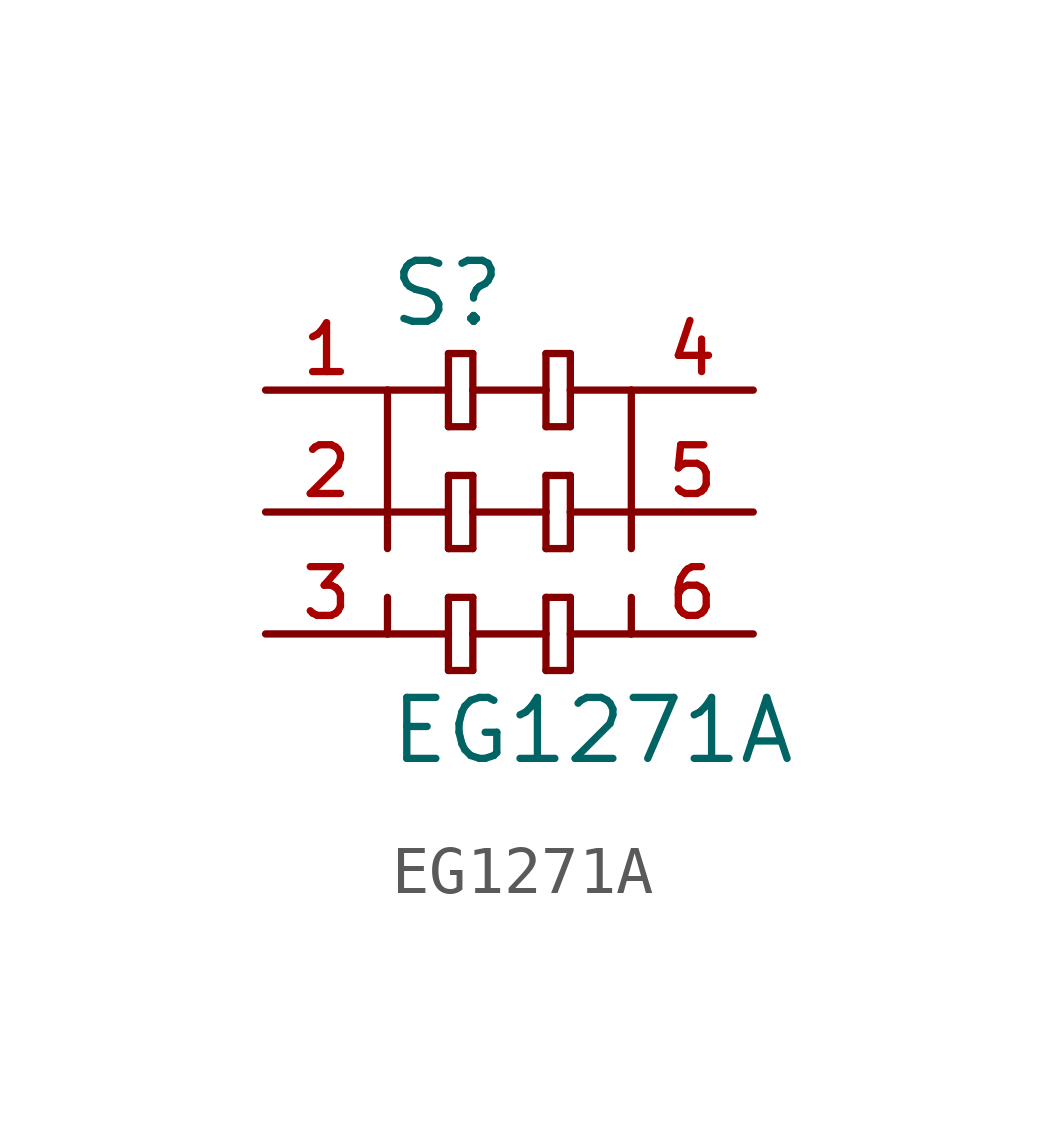
<source format=kicad_sym>
(kicad_symbol_lib
  (version 20211014)
  (generator kicad_symbol_editor)
  (symbol "EG1271A"
    (pin_names
      (offset 1.016))
    (property "Reference" "S"
      (at -2.54 3.81 0)
      (effects (font (size 1.27 1.27)) (justify bottom left)))
    (property "Value" "EG1271A"
      (at -2.54 -3.81 0)
      (effects (font (size 1.27 1.27)) (justify top left)))
    (symbol "EG1271A_0_0"
      (polyline (pts (xy -1.27 3.302) (xy -1.27 2.54)) (stroke (width 0.152)))
      (polyline (pts (xy -1.27 2.54) (xy -1.27 1.778)) (stroke (width 0.152)))
      (polyline (pts (xy -1.27 1.778) (xy -0.762 1.778)) (stroke (width 0.152)))
      (polyline (pts (xy -0.762 1.778) (xy -0.762 2.54)) (stroke (width 0.152)))
      (polyline (pts (xy -0.762 2.54) (xy -0.762 3.302)) (stroke (width 0.152)))
      (polyline (pts (xy -0.762 3.302) (xy -1.27 3.302)) (stroke (width 0.152)))
      (polyline (pts (xy 0.762 3.302) (xy 0.762 2.54)) (stroke (width 0.152)))
      (polyline (pts (xy 0.762 2.54) (xy 0.762 1.778)) (stroke (width 0.152)))
      (polyline (pts (xy 0.762 1.778) (xy 1.27 1.778)) (stroke (width 0.152)))
      (polyline (pts (xy 1.27 1.778) (xy 1.27 2.54)) (stroke (width 0.152)))
      (polyline (pts (xy 1.27 2.54) (xy 1.27 3.302)) (stroke (width 0.152)))
      (polyline (pts (xy 1.27 3.302) (xy 0.762 3.302)) (stroke (width 0.152)))
      (polyline (pts (xy -0.762 2.54) (xy 0.762 2.54)) (stroke (width 0.152)))
      (polyline (pts (xy -1.27 0.762) (xy -1.27 0.0)) (stroke (width 0.152)))
      (polyline (pts (xy -1.27 0.0) (xy -1.27 -0.762)) (stroke (width 0.152)))
      (polyline (pts (xy -1.27 -0.762) (xy -0.762 -0.762)) (stroke (width 0.152)))
      (polyline (pts (xy -0.762 -0.762) (xy -0.762 0.0)) (stroke (width 0.152)))
      (polyline (pts (xy -0.762 0.0) (xy -0.762 0.762)) (stroke (width 0.152)))
      (polyline (pts (xy -0.762 0.762) (xy -1.27 0.762)) (stroke (width 0.152)))
      (polyline (pts (xy 0.762 0.762) (xy 0.762 0.0)) (stroke (width 0.152)))
      (polyline (pts (xy 0.762 0.0) (xy 0.762 -0.762)) (stroke (width 0.152)))
      (polyline (pts (xy 0.762 -0.762) (xy 1.27 -0.762)) (stroke (width 0.152)))
      (polyline (pts (xy 1.27 -0.762) (xy 1.27 0.0)) (stroke (width 0.152)))
      (polyline (pts (xy 1.27 0.0) (xy 1.27 0.762)) (stroke (width 0.152)))
      (polyline (pts (xy 1.27 0.762) (xy 0.762 0.762)) (stroke (width 0.152)))
      (polyline (pts (xy -0.762 0.0) (xy 0.762 0.0)) (stroke (width 0.152)))
      (polyline (pts (xy -1.27 -1.778) (xy -1.27 -2.54)) (stroke (width 0.152)))
      (polyline (pts (xy -1.27 -2.54) (xy -1.27 -3.302)) (stroke (width 0.152)))
      (polyline (pts (xy -1.27 -3.302) (xy -0.762 -3.302)) (stroke (width 0.152)))
      (polyline (pts (xy -0.762 -3.302) (xy -0.762 -2.54)) (stroke (width 0.152)))
      (polyline (pts (xy -0.762 -2.54) (xy -0.762 -1.778)) (stroke (width 0.152)))
      (polyline (pts (xy -0.762 -1.778) (xy -1.27 -1.778)) (stroke (width 0.152)))
      (polyline (pts (xy 0.762 -1.778) (xy 0.762 -2.54)) (stroke (width 0.152)))
      (polyline (pts (xy 0.762 -2.54) (xy 0.762 -3.302)) (stroke (width 0.152)))
      (polyline (pts (xy 0.762 -3.302) (xy 1.27 -3.302)) (stroke (width 0.152)))
      (polyline (pts (xy 1.27 -3.302) (xy 1.27 -2.54)) (stroke (width 0.152)))
      (polyline (pts (xy 1.27 -2.54) (xy 1.27 -1.778)) (stroke (width 0.152)))
      (polyline (pts (xy 1.27 -1.778) (xy 0.762 -1.778)) (stroke (width 0.152)))
      (polyline (pts (xy -0.762 -2.54) (xy 0.762 -2.54)) (stroke (width 0.152)))
      (polyline (pts (xy -1.27 2.54) (xy -2.54 2.54)) (stroke (width 0.152)))
      (polyline (pts (xy -1.27 0.0) (xy -2.54 0.0)) (stroke (width 0.152)))
      (polyline (pts (xy -2.54 2.54) (xy -2.54 -0.762)) (stroke (width 0.152)))
      (polyline (pts (xy -2.54 -1.778) (xy -2.54 -2.54)) (stroke (width 0.152)))
      (polyline (pts (xy -2.54 -2.54) (xy -1.27 -2.54)) (stroke (width 0.152)))
      (polyline (pts (xy 1.27 2.54) (xy 2.54 2.54)) (stroke (width 0.152)))
      (polyline (pts (xy 2.54 0.0) (xy 1.27 0.0)) (stroke (width 0.152)))
      (polyline (pts (xy 2.54 -0.762) (xy 2.54 2.54)) (stroke (width 0.152)))
      (polyline (pts (xy 2.54 -1.778) (xy 2.54 -2.54)) (stroke (width 0.152)))
      (polyline (pts (xy 2.54 -2.54) (xy 1.27 -2.54)) (stroke (width 0.152)))
      (pin passive line (at -5.08 2.54 0) (length 2.54) (name "~" (effects (font (size 1.016 1.016)))) (number "1" (effects (font (size 1.016 1.016)))))
      (pin passive line (at -5.08 0.0 0) (length 2.54) (name "~" (effects (font (size 1.016 1.016)))) (number "2" (effects (font (size 1.016 1.016)))))
      (pin passive line (at -5.08 -2.54 0) (length 2.54) (name "~" (effects (font (size 1.016 1.016)))) (number "3" (effects (font (size 1.016 1.016)))))
      (pin passive line (at 5.08 -2.54 180.0) (length 2.54) (name "~" (effects (font (size 1.016 1.016)))) (number "6" (effects (font (size 1.016 1.016)))))
      (pin passive line (at 5.08 0.0 180.0) (length 2.54) (name "~" (effects (font (size 1.016 1.016)))) (number "5" (effects (font (size 1.016 1.016)))))
      (pin passive line (at 5.08 2.54 180.0) (length 2.54) (name "~" (effects (font (size 1.016 1.016)))) (number "4" (effects (font (size 1.016 1.016))))))))
</source>
